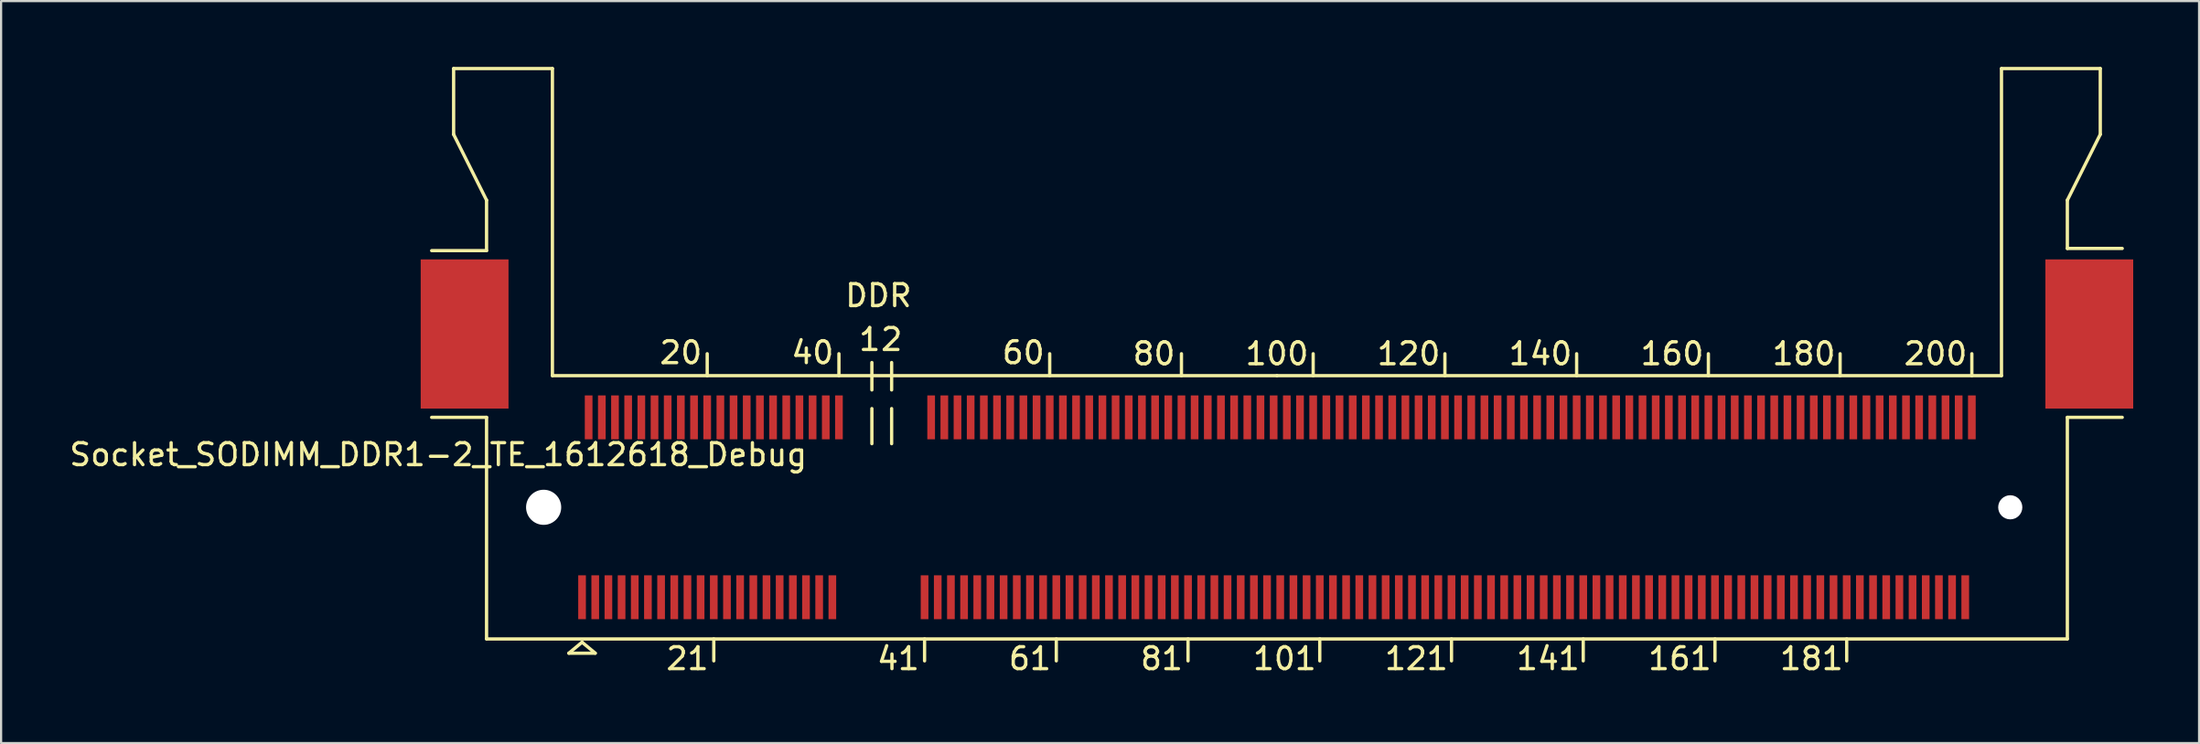
<source format=kicad_pcb>
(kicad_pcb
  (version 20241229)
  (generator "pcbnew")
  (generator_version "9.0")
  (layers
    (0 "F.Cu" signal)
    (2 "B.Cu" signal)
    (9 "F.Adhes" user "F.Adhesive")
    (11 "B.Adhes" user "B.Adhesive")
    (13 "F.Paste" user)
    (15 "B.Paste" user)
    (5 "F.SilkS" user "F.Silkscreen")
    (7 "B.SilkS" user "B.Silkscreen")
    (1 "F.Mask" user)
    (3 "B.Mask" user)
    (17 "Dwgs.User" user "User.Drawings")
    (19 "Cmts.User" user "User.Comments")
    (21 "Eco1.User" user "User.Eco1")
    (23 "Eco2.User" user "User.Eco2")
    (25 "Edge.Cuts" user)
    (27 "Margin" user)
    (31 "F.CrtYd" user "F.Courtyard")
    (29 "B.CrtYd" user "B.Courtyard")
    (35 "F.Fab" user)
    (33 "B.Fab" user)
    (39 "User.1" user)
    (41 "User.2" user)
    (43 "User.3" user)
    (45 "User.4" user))
  (footprint "Socket_SODIMM_DDR1-2_TE_1612618_Debug"
    (layer "F.Cu")
    (at 55.111 20.075)
    (property "Reference" "Socket_SODIMM_DDR1-2_TE_1612618_Debug" (at -38.2 -2.4 0) (layer "F.SilkS") (effects (font (size 1 1) (thickness 0.15))))
    (attr smd)
    (fp_line (start -37.5 -20) (end -37.5 -17) (stroke (width 0.15) (type solid)) (layer "F.SilkS"))
    (fp_line (start -37.5 -17) (end -36 -14) (stroke (width 0.15) (type solid)) (layer "F.SilkS"))
    (fp_line (start -36 -14) (end -36 -11.7) (stroke (width 0.15) (type solid)) (layer "F.SilkS"))
    (fp_line (start -36 -11.7) (end -38.5 -11.7) (stroke (width 0.15) (type solid)) (layer "F.SilkS"))
    (fp_line (start -36 -4.1) (end -38.5 -4.1) (stroke (width 0.15) (type solid)) (layer "F.SilkS"))
    (fp_line (start -36 -4.1) (end -36 6) (stroke (width 0.15) (type solid)) (layer "F.SilkS"))
    (fp_line (start -36 6) (end 36 6) (stroke (width 0.15) (type solid)) (layer "F.SilkS"))
    (fp_line (start -33 -20) (end -37.5 -20) (stroke (width 0.15) (type solid)) (layer "F.SilkS"))
    (fp_line (start -33 -6) (end -33 -20) (stroke (width 0.15) (type solid)) (layer "F.SilkS"))
    (fp_line (start -32.25 6.65) (end -31.65 6.15) (stroke (width 0.15) (type solid)) (layer "F.SilkS"))
    (fp_line (start -31.65 6.15) (end -31.05 6.65) (stroke (width 0.15) (type solid)) (layer "F.SilkS"))
    (fp_line (start -31.05 6.65) (end -32.25 6.65) (stroke (width 0.15) (type solid)) (layer "F.SilkS"))
    (fp_line (start -25.95 -6) (end -25.95 -7) (stroke (width 0.15) (type solid)) (layer "F.SilkS"))
    (fp_line (start -25.65 7) (end -25.65 6) (stroke (width 0.15) (type solid)) (layer "F.SilkS"))
    (fp_line (start -19.95 -6) (end -19.95 -7) (stroke (width 0.15) (type solid)) (layer "F.SilkS"))
    (fp_line (start -18.45 -5.35) (end -18.45 -6.6) (stroke (width 0.15) (type solid)) (layer "F.SilkS"))
    (fp_line (start -18.45 -4.5) (end -18.45 -2.9) (stroke (width 0.15) (type solid)) (layer "F.SilkS"))
    (fp_line (start -17.55 -5.35) (end -17.55 -6.6) (stroke (width 0.15) (type solid)) (layer "F.SilkS"))
    (fp_line (start -17.55 -4.5) (end -17.55 -2.9) (stroke (width 0.15) (type solid)) (layer "F.SilkS"))
    (fp_line (start -16.05 7) (end -16.05 6) (stroke (width 0.15) (type solid)) (layer "F.SilkS"))
    (fp_line (start -10.35 -6) (end -10.35 -7) (stroke (width 0.15) (type solid)) (layer "F.SilkS"))
    (fp_line (start -10.05 7) (end -10.05 6) (stroke (width 0.15) (type solid)) (layer "F.SilkS"))
    (fp_line (start -4.35 -6) (end -4.35 -7) (stroke (width 0.15) (type solid)) (layer "F.SilkS"))
    (fp_line (start -4.05 7) (end -4.05 6) (stroke (width 0.15) (type solid)) (layer "F.SilkS"))
    (fp_line (start 0 -6) (end -33 -6) (stroke (width 0.15) (type solid)) (layer "F.SilkS"))
    (fp_line (start 1.65 -6) (end 1.65 -7) (stroke (width 0.15) (type solid)) (layer "F.SilkS"))
    (fp_line (start 1.95 7) (end 1.95 6) (stroke (width 0.15) (type solid)) (layer "F.SilkS"))
    (fp_line (start 7.65 -6) (end 7.65 -7) (stroke (width 0.15) (type solid)) (layer "F.SilkS"))
    (fp_line (start 7.95 7) (end 7.95 6) (stroke (width 0.15) (type solid)) (layer "F.SilkS"))
    (fp_line (start 13.65 -6) (end 13.65 -7) (stroke (width 0.15) (type solid)) (layer "F.SilkS"))
    (fp_line (start 13.95 7) (end 13.95 6) (stroke (width 0.15) (type solid)) (layer "F.SilkS"))
    (fp_line (start 19.65 -6) (end 19.65 -7) (stroke (width 0.15) (type solid)) (layer "F.SilkS"))
    (fp_line (start 19.95 7) (end 19.95 6) (stroke (width 0.15) (type solid)) (layer "F.SilkS"))
    (fp_line (start 25.65 -6) (end 25.65 -7) (stroke (width 0.15) (type solid)) (layer "F.SilkS"))
    (fp_line (start 25.95 7) (end 25.95 6) (stroke (width 0.15) (type solid)) (layer "F.SilkS"))
    (fp_line (start 31.65 -6) (end 31.65 -7) (stroke (width 0.15) (type solid)) (layer "F.SilkS"))
    (fp_line (start 33 -20) (end 33 -6) (stroke (width 0.15) (type solid)) (layer "F.SilkS"))
    (fp_line (start 33 -6) (end 0 -6) (stroke (width 0.15) (type solid)) (layer "F.SilkS"))
    (fp_line (start 36 -14) (end 36 -11.8) (stroke (width 0.15) (type solid)) (layer "F.SilkS"))
    (fp_line (start 36 -14) (end 37.5 -17) (stroke (width 0.15) (type solid)) (layer "F.SilkS"))
    (fp_line (start 36 -11.8) (end 38.5 -11.8) (stroke (width 0.15) (type solid)) (layer "F.SilkS"))
    (fp_line (start 36 -4.1) (end 38.5 -4.1) (stroke (width 0.15) (type solid)) (layer "F.SilkS"))
    (fp_line (start 36 6) (end 36 -4.1) (stroke (width 0.15) (type solid)) (layer "F.SilkS"))
    (fp_line (start 37.5 -20) (end 33 -20) (stroke (width 0.15) (type solid)) (layer "F.SilkS"))
    (fp_line (start 37.5 -17) (end 37.5 -20) (stroke (width 0.15) (type solid)) (layer "F.SilkS"))
    (fp_text user "81" (at -5.25 6.9 0) (layer "F.SilkS") (effects (font (size 1 1) (thickness 0.15))))
    (fp_text user "20" (at -27.15 -7.05 0) (layer "F.SilkS") (effects (font (size 1 1) (thickness 0.15))))
    (fp_text user "1" (at -18.55 -7.65 0) (layer "F.SilkS") (effects (font (size 1 1) (thickness 0.15))))
    (fp_text user "141" (at 12.35 6.9 0) (layer "F.SilkS") (effects (font (size 1 1) (thickness 0.15))))
    (fp_text user "161" (at 18.35 6.9 0) (layer "F.SilkS") (effects (font (size 1 1) (thickness 0.15))))
    (fp_text user "121" (at 6.35 6.9 0) (layer "F.SilkS") (effects (font (size 1 1) (thickness 0.15))))
    (fp_text user "100" (at 0 -7 0) (layer "F.SilkS") (effects (font (size 1 1) (thickness 0.15))))
    (fp_text user "21" (at -26.85 6.9 0) (layer "F.SilkS") (effects (font (size 1 1) (thickness 0.15))))
    (fp_text user "40" (at -21.15 -7.05 0) (layer "F.SilkS") (effects (font (size 1 1) (thickness 0.15))))
    (fp_text user "2" (at -17.55 -7.65 0) (layer "F.SilkS") (effects (font (size 1 1) (thickness 0.15))))
    (fp_text user "180" (at 24 -7 0) (layer "F.SilkS") (effects (font (size 1 1) (thickness 0.15))))
    (fp_text user "60" (at -11.55 -7.05 0) (layer "F.SilkS") (effects (font (size 1 1) (thickness 0.15))))
    (fp_text user "80" (at -5.6 -7 0) (layer "F.SilkS") (effects (font (size 1 1) (thickness 0.15))))
    (fp_text user "41" (at -17.25 6.9 0) (layer "F.SilkS") (effects (font (size 1 1) (thickness 0.15))))
    (fp_text user "120" (at 6 -7 0) (layer "F.SilkS") (effects (font (size 1 1) (thickness 0.15))))
    (fp_text user "160" (at 18 -7 0) (layer "F.SilkS") (effects (font (size 1 1) (thickness 0.15))))
    (fp_text user "200" (at 30 -7 0) (layer "F.SilkS") (effects (font (size 1 1) (thickness 0.15))))
    (fp_text user "61" (at -11.25 6.9 0) (layer "F.SilkS") (effects (font (size 1 1) (thickness 0.15))))
    (fp_text user "140" (at 12 -7 0) (layer "F.SilkS") (effects (font (size 1 1) (thickness 0.15))))
    (fp_text user "181" (at 24.35 6.9 0) (layer "F.SilkS") (effects (font (size 1 1) (thickness 0.15))))
    (fp_text user "101" (at 0.35 6.9 0) (layer "F.SilkS") (effects (font (size 1 1) (thickness 0.15))))
    (fp_text user "DDR" (at -18.15 -9.65 0) (layer "F.SilkS") (effects (font (size 1 1) (thickness 0.15))))
    (pad "" smd rect (at -37 -7.9) (size 4 6.8) (layers "F.Cu" "F.Mask" "F.Paste"))
    (pad "" np_thru_hole circle (at -33.4 0) (size 1.6 1.6) (drill 1.6) (layers "*.Cu" "*.Mask"))
    (pad "" np_thru_hole circle (at 33.4 0) (size 1.1 1.1) (drill 1.1) (layers "*.Cu" "*.Mask"))
    (pad "" smd rect (at 37 -7.9) (size 4 6.8) (layers "F.Cu" "F.Mask" "F.Paste"))
    (pad "1" smd rect (at -31.65 4.1) (size 0.35 2) (layers "F.Cu" "F.Mask" "F.Paste"))
    (pad "2" smd rect (at -31.35 -4.1) (size 0.35 2) (layers "F.Cu" "F.Mask" "F.Paste"))
    (pad "3" smd rect (at -31.05 4.1) (size 0.35 2) (layers "F.Cu" "F.Mask" "F.Paste"))
    (pad "4" smd rect (at -30.75 -4.1) (size 0.35 2) (layers "F.Cu" "F.Mask" "F.Paste"))
    (pad "5" smd rect (at -30.45 4.1) (size 0.35 2) (layers "F.Cu" "F.Mask" "F.Paste"))
    (pad "6" smd rect (at -30.15 -4.1) (size 0.35 2) (layers "F.Cu" "F.Mask" "F.Paste"))
    (pad "7" smd rect (at -29.85 4.1) (size 0.35 2) (layers "F.Cu" "F.Mask" "F.Paste"))
    (pad "8" smd rect (at -29.55 -4.1) (size 0.35 2) (layers "F.Cu" "F.Mask" "F.Paste"))
    (pad "9" smd rect (at -29.25 4.1) (size 0.35 2) (layers "F.Cu" "F.Mask" "F.Paste"))
    (pad "10" smd rect (at -28.95 -4.1) (size 0.35 2) (layers "F.Cu" "F.Mask" "F.Paste"))
    (pad "11" smd rect (at -28.65 4.1) (size 0.35 2) (layers "F.Cu" "F.Mask" "F.Paste"))
    (pad "12" smd rect (at -28.35 -4.1) (size 0.35 2) (layers "F.Cu" "F.Mask" "F.Paste"))
    (pad "13" smd rect (at -28.05 4.1) (size 0.35 2) (layers "F.Cu" "F.Mask" "F.Paste"))
    (pad "14" smd rect (at -27.75 -4.1) (size 0.35 2) (layers "F.Cu" "F.Mask" "F.Paste"))
    (pad "15" smd rect (at -27.45 4.1) (size 0.35 2) (layers "F.Cu" "F.Mask" "F.Paste"))
    (pad "16" smd rect (at -27.15 -4.1) (size 0.35 2) (layers "F.Cu" "F.Mask" "F.Paste"))
    (pad "17" smd rect (at -26.85 4.1) (size 0.35 2) (layers "F.Cu" "F.Mask" "F.Paste"))
    (pad "18" smd rect (at -26.55 -4.1) (size 0.35 2) (layers "F.Cu" "F.Mask" "F.Paste"))
    (pad "19" smd rect (at -26.25 4.1) (size 0.35 2) (layers "F.Cu" "F.Mask" "F.Paste"))
    (pad "20" smd rect (at -25.95 -4.1) (size 0.35 2) (layers "F.Cu" "F.Mask" "F.Paste"))
    (pad "21" smd rect (at -25.65 4.1) (size 0.35 2) (layers "F.Cu" "F.Mask" "F.Paste"))
    (pad "22" smd rect (at -25.35 -4.1) (size 0.35 2) (layers "F.Cu" "F.Mask" "F.Paste"))
    (pad "23" smd rect (at -25.05 4.1) (size 0.35 2) (layers "F.Cu" "F.Mask" "F.Paste"))
    (pad "24" smd rect (at -24.75 -4.1) (size 0.35 2) (layers "F.Cu" "F.Mask" "F.Paste"))
    (pad "25" smd rect (at -24.45 4.1) (size 0.35 2) (layers "F.Cu" "F.Mask" "F.Paste"))
    (pad "26" smd rect (at -24.15 -4.1) (size 0.35 2) (layers "F.Cu" "F.Mask" "F.Paste"))
    (pad "27" smd rect (at -23.85 4.1) (size 0.35 2) (layers "F.Cu" "F.Mask" "F.Paste"))
    (pad "28" smd rect (at -23.55 -4.1) (size 0.35 2) (layers "F.Cu" "F.Mask" "F.Paste"))
    (pad "29" smd rect (at -23.25 4.1) (size 0.35 2) (layers "F.Cu" "F.Mask" "F.Paste"))
    (pad "30" smd rect (at -22.95 -4.1) (size 0.35 2) (layers "F.Cu" "F.Mask" "F.Paste"))
    (pad "31" smd rect (at -22.65 4.1) (size 0.35 2) (layers "F.Cu" "F.Mask" "F.Paste"))
    (pad "32" smd rect (at -22.35 -4.1) (size 0.35 2) (layers "F.Cu" "F.Mask" "F.Paste"))
    (pad "33" smd rect (at -22.05 4.1) (size 0.35 2) (layers "F.Cu" "F.Mask" "F.Paste"))
    (pad "34" smd rect (at -21.75 -4.1) (size 0.35 2) (layers "F.Cu" "F.Mask" "F.Paste"))
    (pad "35" smd rect (at -21.45 4.1) (size 0.35 2) (layers "F.Cu" "F.Mask" "F.Paste"))
    (pad "36" smd rect (at -21.15 -4.1) (size 0.35 2) (layers "F.Cu" "F.Mask" "F.Paste"))
    (pad "37" smd rect (at -20.85 4.1) (size 0.35 2) (layers "F.Cu" "F.Mask" "F.Paste"))
    (pad "38" smd rect (at -20.55 -4.1) (size 0.35 2) (layers "F.Cu" "F.Mask" "F.Paste"))
    (pad "39" smd rect (at -20.25 4.1) (size 0.35 2) (layers "F.Cu" "F.Mask" "F.Paste"))
    (pad "40" smd rect (at -19.95 -4.1) (size 0.35 2) (layers "F.Cu" "F.Mask" "F.Paste"))
    (pad "41" smd rect (at -16.05 4.1) (size 0.35 2) (layers "F.Cu" "F.Mask" "F.Paste"))
    (pad "42" smd rect (at -15.75 -4.1) (size 0.35 2) (layers "F.Cu" "F.Mask" "F.Paste"))
    (pad "43" smd rect (at -15.45 4.1) (size 0.35 2) (layers "F.Cu" "F.Mask" "F.Paste"))
    (pad "44" smd rect (at -15.15 -4.1) (size 0.35 2) (layers "F.Cu" "F.Mask" "F.Paste"))
    (pad "45" smd rect (at -14.85 4.1) (size 0.35 2) (layers "F.Cu" "F.Mask" "F.Paste"))
    (pad "46" smd rect (at -14.55 -4.1) (size 0.35 2) (layers "F.Cu" "F.Mask" "F.Paste"))
    (pad "47" smd rect (at -14.25 4.1) (size 0.35 2) (layers "F.Cu" "F.Mask" "F.Paste"))
    (pad "48" smd rect (at -13.95 -4.1) (size 0.35 2) (layers "F.Cu" "F.Mask" "F.Paste"))
    (pad "49" smd rect (at -13.65 4.1) (size 0.35 2) (layers "F.Cu" "F.Mask" "F.Paste"))
    (pad "50" smd rect (at -13.35 -4.1) (size 0.35 2) (layers "F.Cu" "F.Mask" "F.Paste"))
    (pad "51" smd rect (at -13.05 4.1) (size 0.35 2) (layers "F.Cu" "F.Mask" "F.Paste"))
    (pad "52" smd rect (at -12.75 -4.1) (size 0.35 2) (layers "F.Cu" "F.Mask" "F.Paste"))
    (pad "53" smd rect (at -12.45 4.1) (size 0.35 2) (layers "F.Cu" "F.Mask" "F.Paste"))
    (pad "54" smd rect (at -12.15 -4.1) (size 0.35 2) (layers "F.Cu" "F.Mask" "F.Paste"))
    (pad "55" smd rect (at -11.85 4.1) (size 0.35 2) (layers "F.Cu" "F.Mask" "F.Paste"))
    (pad "56" smd rect (at -11.55 -4.1) (size 0.35 2) (layers "F.Cu" "F.Mask" "F.Paste"))
    (pad "57" smd rect (at -11.25 4.1) (size 0.35 2) (layers "F.Cu" "F.Mask" "F.Paste"))
    (pad "58" smd rect (at -10.95 -4.1) (size 0.35 2) (layers "F.Cu" "F.Mask" "F.Paste"))
    (pad "59" smd rect (at -10.65 4.1) (size 0.35 2) (layers "F.Cu" "F.Mask" "F.Paste"))
    (pad "60" smd rect (at -10.35 -4.1) (size 0.35 2) (layers "F.Cu" "F.Mask" "F.Paste"))
    (pad "61" smd rect (at -10.05 4.1) (size 0.35 2) (layers "F.Cu" "F.Mask" "F.Paste"))
    (pad "62" smd rect (at -9.75 -4.1) (size 0.35 2) (layers "F.Cu" "F.Mask" "F.Paste"))
    (pad "63" smd rect (at -9.45 4.1) (size 0.35 2) (layers "F.Cu" "F.Mask" "F.Paste"))
    (pad "64" smd rect (at -9.15 -4.1) (size 0.35 2) (layers "F.Cu" "F.Mask" "F.Paste"))
    (pad "65" smd rect (at -8.85 4.1) (size 0.35 2) (layers "F.Cu" "F.Mask" "F.Paste"))
    (pad "66" smd rect (at -8.55 -4.1) (size 0.35 2) (layers "F.Cu" "F.Mask" "F.Paste"))
    (pad "67" smd rect (at -8.25 4.1) (size 0.35 2) (layers "F.Cu" "F.Mask" "F.Paste"))
    (pad "68" smd rect (at -7.95 -4.1) (size 0.35 2) (layers "F.Cu" "F.Mask" "F.Paste"))
    (pad "69" smd rect (at -7.65 4.1) (size 0.35 2) (layers "F.Cu" "F.Mask" "F.Paste"))
    (pad "70" smd rect (at -7.35 -4.1) (size 0.35 2) (layers "F.Cu" "F.Mask" "F.Paste"))
    (pad "71" smd rect (at -7.05 4.1) (size 0.35 2) (layers "F.Cu" "F.Mask" "F.Paste"))
    (pad "72" smd rect (at -6.75 -4.1) (size 0.35 2) (layers "F.Cu" "F.Mask" "F.Paste"))
    (pad "73" smd rect (at -6.45 4.1) (size 0.35 2) (layers "F.Cu" "F.Mask" "F.Paste"))
    (pad "74" smd rect (at -6.15 -4.1) (size 0.35 2) (layers "F.Cu" "F.Mask" "F.Paste"))
    (pad "75" smd rect (at -5.85 4.1) (size 0.35 2) (layers "F.Cu" "F.Mask" "F.Paste"))
    (pad "76" smd rect (at -5.55 -4.1) (size 0.35 2) (layers "F.Cu" "F.Mask" "F.Paste"))
    (pad "77" smd rect (at -5.25 4.1) (size 0.35 2) (layers "F.Cu" "F.Mask" "F.Paste"))
    (pad "78" smd rect (at -4.95 -4.1) (size 0.35 2) (layers "F.Cu" "F.Mask" "F.Paste"))
    (pad "79" smd rect (at -4.65 4.1) (size 0.35 2) (layers "F.Cu" "F.Mask" "F.Paste"))
    (pad "80" smd rect (at -4.35 -4.1) (size 0.35 2) (layers "F.Cu" "F.Mask" "F.Paste"))
    (pad "81" smd rect (at -4.05 4.1) (size 0.35 2) (layers "F.Cu" "F.Mask" "F.Paste"))
    (pad "82" smd rect (at -3.75 -4.1) (size 0.35 2) (layers "F.Cu" "F.Mask" "F.Paste"))
    (pad "83" smd rect (at -3.45 4.1) (size 0.35 2) (layers "F.Cu" "F.Mask" "F.Paste"))
    (pad "84" smd rect (at -3.15 -4.1) (size 0.35 2) (layers "F.Cu" "F.Mask" "F.Paste"))
    (pad "85" smd rect (at -2.85 4.1) (size 0.35 2) (layers "F.Cu" "F.Mask" "F.Paste"))
    (pad "86" smd rect (at -2.55 -4.1) (size 0.35 2) (layers "F.Cu" "F.Mask" "F.Paste"))
    (pad "87" smd rect (at -2.25 4.1) (size 0.35 2) (layers "F.Cu" "F.Mask" "F.Paste"))
    (pad "88" smd rect (at -1.95 -4.1) (size 0.35 2) (layers "F.Cu" "F.Mask" "F.Paste"))
    (pad "89" smd rect (at -1.65 4.1) (size 0.35 2) (layers "F.Cu" "F.Mask" "F.Paste"))
    (pad "90" smd rect (at -1.35 -4.1) (size 0.35 2) (layers "F.Cu" "F.Mask" "F.Paste"))
    (pad "91" smd rect (at -1.05 4.1) (size 0.35 2) (layers "F.Cu" "F.Mask" "F.Paste"))
    (pad "92" smd rect (at -0.75 -4.1) (size 0.35 2) (layers "F.Cu" "F.Mask" "F.Paste"))
    (pad "93" smd rect (at -0.45 4.1) (size 0.35 2) (layers "F.Cu" "F.Mask" "F.Paste"))
    (pad "94" smd rect (at -0.15 -4.1) (size 0.35 2) (layers "F.Cu" "F.Mask" "F.Paste"))
    (pad "95" smd rect (at 0.15 4.1) (size 0.35 2) (layers "F.Cu" "F.Mask" "F.Paste"))
    (pad "96" smd rect (at 0.45 -4.1) (size 0.35 2) (layers "F.Cu" "F.Mask" "F.Paste"))
    (pad "97" smd rect (at 0.75 4.1) (size 0.35 2) (layers "F.Cu" "F.Mask" "F.Paste"))
    (pad "98" smd rect (at 1.05 -4.1) (size 0.35 2) (layers "F.Cu" "F.Mask" "F.Paste"))
    (pad "99" smd rect (at 1.35 4.1) (size 0.35 2) (layers "F.Cu" "F.Mask" "F.Paste"))
    (pad "100" smd rect (at 1.65 -4.1) (size 0.35 2) (layers "F.Cu" "F.Mask" "F.Paste"))
    (pad "101" smd rect (at 1.95 4.1) (size 0.35 2) (layers "F.Cu" "F.Mask" "F.Paste"))
    (pad "102" smd rect (at 2.25 -4.1) (size 0.35 2) (layers "F.Cu" "F.Mask" "F.Paste"))
    (pad "103" smd rect (at 2.55 4.1) (size 0.35 2) (layers "F.Cu" "F.Mask" "F.Paste"))
    (pad "104" smd rect (at 2.85 -4.1) (size 0.35 2) (layers "F.Cu" "F.Mask" "F.Paste"))
    (pad "105" smd rect (at 3.15 4.1) (size 0.35 2) (layers "F.Cu" "F.Mask" "F.Paste"))
    (pad "106" smd rect (at 3.45 -4.1) (size 0.35 2) (layers "F.Cu" "F.Mask" "F.Paste"))
    (pad "107" smd rect (at 3.75 4.1) (size 0.35 2) (layers "F.Cu" "F.Mask" "F.Paste"))
    (pad "108" smd rect (at 4.05 -4.1) (size 0.35 2) (layers "F.Cu" "F.Mask" "F.Paste"))
    (pad "109" smd rect (at 4.35 4.1) (size 0.35 2) (layers "F.Cu" "F.Mask" "F.Paste"))
    (pad "110" smd rect (at 4.65 -4.1) (size 0.35 2) (layers "F.Cu" "F.Mask" "F.Paste"))
    (pad "111" smd rect (at 4.95 4.1) (size 0.35 2) (layers "F.Cu" "F.Mask" "F.Paste"))
    (pad "112" smd rect (at 5.25 -4.1) (size 0.35 2) (layers "F.Cu" "F.Mask" "F.Paste"))
    (pad "113" smd rect (at 5.55 4.1) (size 0.35 2) (layers "F.Cu" "F.Mask" "F.Paste"))
    (pad "114" smd rect (at 5.85 -4.1) (size 0.35 2) (layers "F.Cu" "F.Mask" "F.Paste"))
    (pad "115" smd rect (at 6.15 4.1) (size 0.35 2) (layers "F.Cu" "F.Mask" "F.Paste"))
    (pad "116" smd rect (at 6.45 -4.1) (size 0.35 2) (layers "F.Cu" "F.Mask" "F.Paste"))
    (pad "117" smd rect (at 6.75 4.1) (size 0.35 2) (layers "F.Cu" "F.Mask" "F.Paste"))
    (pad "118" smd rect (at 7.05 -4.1) (size 0.35 2) (layers "F.Cu" "F.Mask" "F.Paste"))
    (pad "119" smd rect (at 7.35 4.1) (size 0.35 2) (layers "F.Cu" "F.Mask" "F.Paste"))
    (pad "120" smd rect (at 7.65 -4.1) (size 0.35 2) (layers "F.Cu" "F.Mask" "F.Paste"))
    (pad "121" smd rect (at 7.95 4.1) (size 0.35 2) (layers "F.Cu" "F.Mask" "F.Paste"))
    (pad "122" smd rect (at 8.25 -4.1) (size 0.35 2) (layers "F.Cu" "F.Mask" "F.Paste"))
    (pad "123" smd rect (at 8.55 4.1) (size 0.35 2) (layers "F.Cu" "F.Mask" "F.Paste"))
    (pad "124" smd rect (at 8.85 -4.1) (size 0.35 2) (layers "F.Cu" "F.Mask" "F.Paste"))
    (pad "125" smd rect (at 9.15 4.1) (size 0.35 2) (layers "F.Cu" "F.Mask" "F.Paste"))
    (pad "126" smd rect (at 9.45 -4.1) (size 0.35 2) (layers "F.Cu" "F.Mask" "F.Paste"))
    (pad "127" smd rect (at 9.75 4.1) (size 0.35 2) (layers "F.Cu" "F.Mask" "F.Paste"))
    (pad "128" smd rect (at 10.05 -4.1) (size 0.35 2) (layers "F.Cu" "F.Mask" "F.Paste"))
    (pad "129" smd rect (at 10.35 4.1) (size 0.35 2) (layers "F.Cu" "F.Mask" "F.Paste"))
    (pad "130" smd rect (at 10.65 -4.1) (size 0.35 2) (layers "F.Cu" "F.Mask" "F.Paste"))
    (pad "131" smd rect (at 10.95 4.1) (size 0.35 2) (layers "F.Cu" "F.Mask" "F.Paste"))
    (pad "132" smd rect (at 11.25 -4.1) (size 0.35 2) (layers "F.Cu" "F.Mask" "F.Paste"))
    (pad "133" smd rect (at 11.55 4.1) (size 0.35 2) (layers "F.Cu" "F.Mask" "F.Paste"))
    (pad "134" smd rect (at 11.85 -4.1) (size 0.35 2) (layers "F.Cu" "F.Mask" "F.Paste"))
    (pad "135" smd rect (at 12.15 4.1) (size 0.35 2) (layers "F.Cu" "F.Mask" "F.Paste"))
    (pad "136" smd rect (at 12.45 -4.1) (size 0.35 2) (layers "F.Cu" "F.Mask" "F.Paste"))
    (pad "137" smd rect (at 12.75 4.1) (size 0.35 2) (layers "F.Cu" "F.Mask" "F.Paste"))
    (pad "138" smd rect (at 13.05 -4.1) (size 0.35 2) (layers "F.Cu" "F.Mask" "F.Paste"))
    (pad "139" smd rect (at 13.35 4.1) (size 0.35 2) (layers "F.Cu" "F.Mask" "F.Paste"))
    (pad "140" smd rect (at 13.65 -4.1) (size 0.35 2) (layers "F.Cu" "F.Mask" "F.Paste"))
    (pad "141" smd rect (at 13.95 4.1) (size 0.35 2) (layers "F.Cu" "F.Mask" "F.Paste"))
    (pad "142" smd rect (at 14.25 -4.1) (size 0.35 2) (layers "F.Cu" "F.Mask" "F.Paste"))
    (pad "143" smd rect (at 14.55 4.1) (size 0.35 2) (layers "F.Cu" "F.Mask" "F.Paste"))
    (pad "144" smd rect (at 14.85 -4.1) (size 0.35 2) (layers "F.Cu" "F.Mask" "F.Paste"))
    (pad "145" smd rect (at 15.15 4.1) (size 0.35 2) (layers "F.Cu" "F.Mask" "F.Paste"))
    (pad "146" smd rect (at 15.45 -4.1) (size 0.35 2) (layers "F.Cu" "F.Mask" "F.Paste"))
    (pad "147" smd rect (at 15.75 4.1) (size 0.35 2) (layers "F.Cu" "F.Mask" "F.Paste"))
    (pad "148" smd rect (at 16.05 -4.1) (size 0.35 2) (layers "F.Cu" "F.Mask" "F.Paste"))
    (pad "149" smd rect (at 16.35 4.1) (size 0.35 2) (layers "F.Cu" "F.Mask" "F.Paste"))
    (pad "150" smd rect (at 16.65 -4.1) (size 0.35 2) (layers "F.Cu" "F.Mask" "F.Paste"))
    (pad "151" smd rect (at 16.95 4.1) (size 0.35 2) (layers "F.Cu" "F.Mask" "F.Paste"))
    (pad "152" smd rect (at 17.25 -4.1) (size 0.35 2) (layers "F.Cu" "F.Mask" "F.Paste"))
    (pad "153" smd rect (at 17.55 4.1) (size 0.35 2) (layers "F.Cu" "F.Mask" "F.Paste"))
    (pad "154" smd rect (at 17.85 -4.1) (size 0.35 2) (layers "F.Cu" "F.Mask" "F.Paste"))
    (pad "155" smd rect (at 18.15 4.1) (size 0.35 2) (layers "F.Cu" "F.Mask" "F.Paste"))
    (pad "156" smd rect (at 18.45 -4.1) (size 0.35 2) (layers "F.Cu" "F.Mask" "F.Paste"))
    (pad "157" smd rect (at 18.75 4.1) (size 0.35 2) (layers "F.Cu" "F.Mask" "F.Paste"))
    (pad "158" smd rect (at 19.05 -4.1) (size 0.35 2) (layers "F.Cu" "F.Mask" "F.Paste"))
    (pad "159" smd rect (at 19.35 4.1) (size 0.35 2) (layers "F.Cu" "F.Mask" "F.Paste"))
    (pad "160" smd rect (at 19.65 -4.1) (size 0.35 2) (layers "F.Cu" "F.Mask" "F.Paste"))
    (pad "161" smd rect (at 19.95 4.1) (size 0.35 2) (layers "F.Cu" "F.Mask" "F.Paste"))
    (pad "162" smd rect (at 20.25 -4.1) (size 0.35 2) (layers "F.Cu" "F.Mask" "F.Paste"))
    (pad "163" smd rect (at 20.55 4.1) (size 0.35 2) (layers "F.Cu" "F.Mask" "F.Paste"))
    (pad "164" smd rect (at 20.85 -4.1) (size 0.35 2) (layers "F.Cu" "F.Mask" "F.Paste"))
    (pad "165" smd rect (at 21.15 4.1) (size 0.35 2) (layers "F.Cu" "F.Mask" "F.Paste"))
    (pad "166" smd rect (at 21.45 -4.1) (size 0.35 2) (layers "F.Cu" "F.Mask" "F.Paste"))
    (pad "167" smd rect (at 21.75 4.1) (size 0.35 2) (layers "F.Cu" "F.Mask" "F.Paste"))
    (pad "168" smd rect (at 22.05 -4.1) (size 0.35 2) (layers "F.Cu" "F.Mask" "F.Paste"))
    (pad "169" smd rect (at 22.35 4.1) (size 0.35 2) (layers "F.Cu" "F.Mask" "F.Paste"))
    (pad "170" smd rect (at 22.65 -4.1) (size 0.35 2) (layers "F.Cu" "F.Mask" "F.Paste"))
    (pad "171" smd rect (at 22.95 4.1) (size 0.35 2) (layers "F.Cu" "F.Mask" "F.Paste"))
    (pad "172" smd rect (at 23.25 -4.1) (size 0.35 2) (layers "F.Cu" "F.Mask" "F.Paste"))
    (pad "173" smd rect (at 23.55 4.1) (size 0.35 2) (layers "F.Cu" "F.Mask" "F.Paste"))
    (pad "174" smd rect (at 23.85 -4.1) (size 0.35 2) (layers "F.Cu" "F.Mask" "F.Paste"))
    (pad "175" smd rect (at 24.15 4.1) (size 0.35 2) (layers "F.Cu" "F.Mask" "F.Paste"))
    (pad "176" smd rect (at 24.45 -4.1) (size 0.35 2) (layers "F.Cu" "F.Mask" "F.Paste"))
    (pad "177" smd rect (at 24.75 4.1) (size 0.35 2) (layers "F.Cu" "F.Mask" "F.Paste"))
    (pad "178" smd rect (at 25.05 -4.1) (size 0.35 2) (layers "F.Cu" "F.Mask" "F.Paste"))
    (pad "179" smd rect (at 25.35 4.1) (size 0.35 2) (layers "F.Cu" "F.Mask" "F.Paste"))
    (pad "180" smd rect (at 25.65 -4.1) (size 0.35 2) (layers "F.Cu" "F.Mask" "F.Paste"))
    (pad "181" smd rect (at 25.95 4.1) (size 0.35 2) (layers "F.Cu" "F.Mask" "F.Paste"))
    (pad "182" smd rect (at 26.25 -4.1) (size 0.35 2) (layers "F.Cu" "F.Mask" "F.Paste"))
    (pad "183" smd rect (at 26.55 4.1) (size 0.35 2) (layers "F.Cu" "F.Mask" "F.Paste"))
    (pad "184" smd rect (at 26.85 -4.1) (size 0.35 2) (layers "F.Cu" "F.Mask" "F.Paste"))
    (pad "185" smd rect (at 27.15 4.1) (size 0.35 2) (layers "F.Cu" "F.Mask" "F.Paste"))
    (pad "186" smd rect (at 27.45 -4.1) (size 0.35 2) (layers "F.Cu" "F.Mask" "F.Paste"))
    (pad "187" smd rect (at 27.75 4.1) (size 0.35 2) (layers "F.Cu" "F.Mask" "F.Paste"))
    (pad "188" smd rect (at 28.05 -4.1) (size 0.35 2) (layers "F.Cu" "F.Mask" "F.Paste"))
    (pad "189" smd rect (at 28.35 4.1) (size 0.35 2) (layers "F.Cu" "F.Mask" "F.Paste"))
    (pad "190" smd rect (at 28.65 -4.1) (size 0.35 2) (layers "F.Cu" "F.Mask" "F.Paste"))
    (pad "191" smd rect (at 28.95 4.1) (size 0.35 2) (layers "F.Cu" "F.Mask" "F.Paste"))
    (pad "192" smd rect (at 29.25 -4.1) (size 0.35 2) (layers "F.Cu" "F.Mask" "F.Paste"))
    (pad "193" smd rect (at 29.55 4.1) (size 0.35 2) (layers "F.Cu" "F.Mask" "F.Paste"))
    (pad "194" smd rect (at 29.85 -4.1) (size 0.35 2) (layers "F.Cu" "F.Mask" "F.Paste"))
    (pad "195" smd rect (at 30.15 4.1) (size 0.35 2) (layers "F.Cu" "F.Mask" "F.Paste"))
    (pad "196" smd rect (at 30.45 -4.1) (size 0.35 2) (layers "F.Cu" "F.Mask" "F.Paste"))
    (pad "197" smd rect (at 30.75 4.1) (size 0.35 2) (layers "F.Cu" "F.Mask" "F.Paste"))
    (pad "198" smd rect (at 31.05 -4.1) (size 0.35 2) (layers "F.Cu" "F.Mask" "F.Paste"))
    (pad "199" smd rect (at 31.35 4.1) (size 0.35 2) (layers "F.Cu" "F.Mask" "F.Paste"))
    (pad "200" smd rect (at 31.65 -4.1) (size 0.35 2) (layers "F.Cu" "F.Mask" "F.Paste")))
  (gr_rect
    (start -3 -3)
    (end 97.111 30.823)
    (stroke (width 0.1) (type default))
    (fill no)
    (layer "Edge.Cuts")))
</source>
